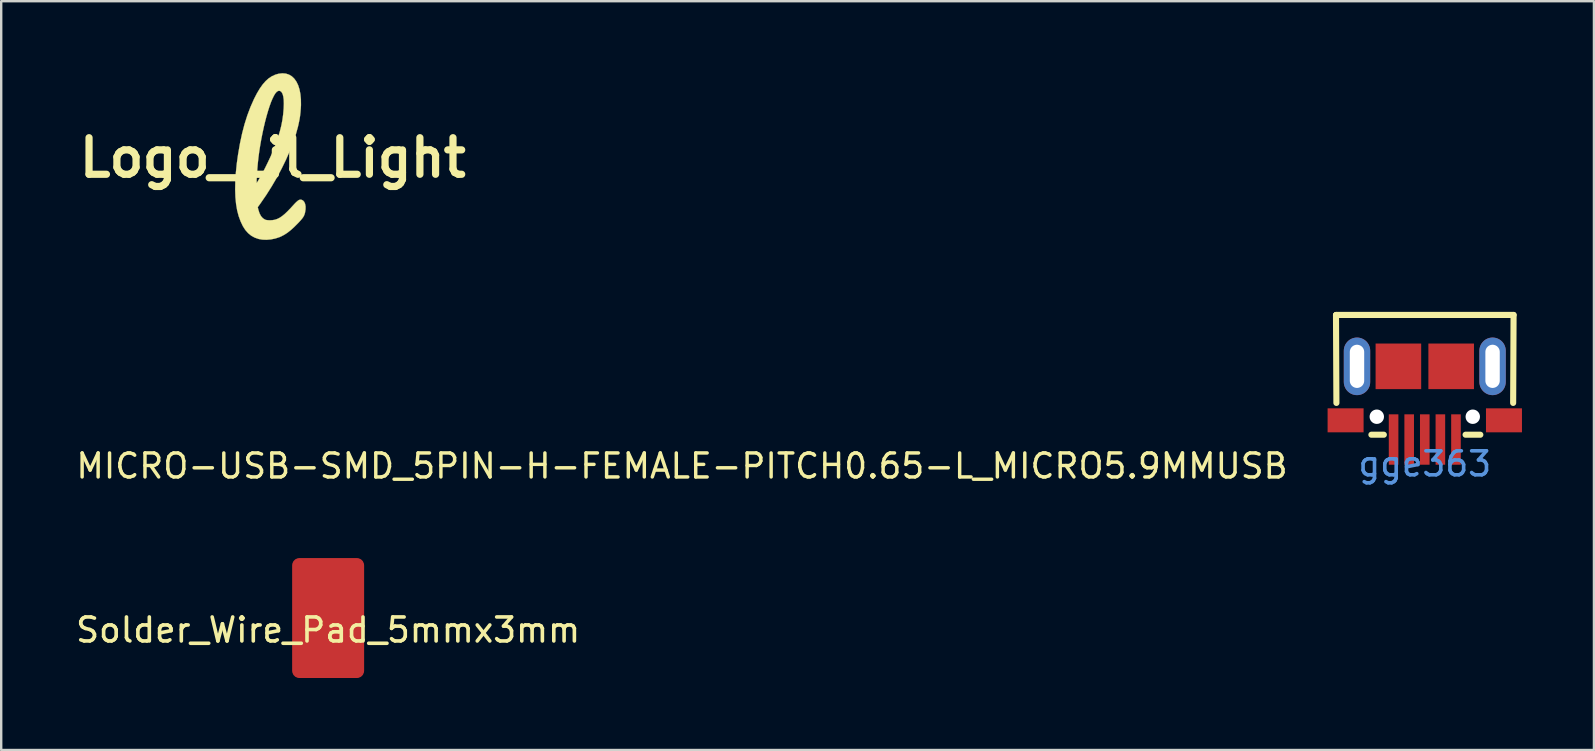
<source format=kicad_pcb>
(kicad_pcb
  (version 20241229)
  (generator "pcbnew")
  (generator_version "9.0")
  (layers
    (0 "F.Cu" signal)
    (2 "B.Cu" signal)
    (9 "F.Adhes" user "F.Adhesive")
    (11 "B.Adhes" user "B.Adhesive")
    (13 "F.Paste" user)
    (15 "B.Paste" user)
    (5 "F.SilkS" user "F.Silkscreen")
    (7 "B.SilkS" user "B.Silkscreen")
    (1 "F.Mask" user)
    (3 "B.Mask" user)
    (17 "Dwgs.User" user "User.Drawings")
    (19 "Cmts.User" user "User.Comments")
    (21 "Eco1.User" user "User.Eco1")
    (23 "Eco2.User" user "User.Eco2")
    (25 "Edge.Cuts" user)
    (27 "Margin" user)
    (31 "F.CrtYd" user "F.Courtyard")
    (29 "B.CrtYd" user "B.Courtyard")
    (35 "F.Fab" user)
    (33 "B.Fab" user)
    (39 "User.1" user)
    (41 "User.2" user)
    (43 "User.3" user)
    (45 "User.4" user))
  (footprint "MICRO-USB-SMD_5PIN-H-FEMALE-PITCH0.65-L_MICRO5.9MMUSB"
    (layer "F.Cu")
    (at 56.328 13.742)
    (property "Reference" "MICRO-USB-SMD_5PIN-H-FEMALE-PITCH0.65-L_MICRO5.9MMUSB" (at -5.623 2.629 180) (layer "F.SilkS") (effects (font (size 1 1) (thickness 0.143)) (justify right)))
    (attr smd)
    (fp_line (start -3.7 -3.659) (end -3.683 0) (stroke (width 0.254) (type solid)) (layer "F.SilkS"))
    (fp_line (start -3.692 -3.667) (end -3.7 -3.659) (stroke (width 0.254) (type solid)) (layer "F.SilkS"))
    (fp_line (start -1.707 1.325) (end -2.225 1.325) (stroke (width 0.254) (type solid)) (layer "F.SilkS"))
    (fp_line (start 2.315 1.325) (end 1.7 1.325) (stroke (width 0.254) (type solid)) (layer "F.SilkS"))
    (fp_line (start 3.683 0) (end 3.7 -3.667) (stroke (width 0.254) (type solid)) (layer "F.SilkS"))
    (fp_line (start 3.7 -3.667) (end -3.692 -3.667) (stroke (width 0.254) (type solid)) (layer "F.SilkS"))
    (fp_text user "gge363" (at 0 2.54 180) (layer "Cmts.User") (effects (font (size 1 1) (thickness 0.15))))
    (pad "" np_thru_hole circle (at -2 0.575 180) (size 0.6 0.6) (drill 0.6) (layers "*.Cu" "*.Mask"))
    (pad "" np_thru_hole circle (at 2 0.575 180) (size 0.6 0.6) (drill 0.6) (layers "*.Cu" "*.Mask"))
    (pad "1" smd rect (at 1.3 1.525) (size 0.4 2.1) (layers "F.Cu" "F.Mask" "F.Paste"))
    (pad "2" smd rect (at 0.65 1.525) (size 0.4 2.1) (layers "F.Cu" "F.Mask" "F.Paste"))
    (pad "3" smd rect (at 0 1.525) (size 0.4 2.1) (layers "F.Cu" "F.Mask" "F.Paste"))
    (pad "4" smd rect (at -0.65 1.525) (size 0.4 2.1) (layers "F.Cu" "F.Mask" "F.Paste"))
    (pad "5" smd rect (at -1.3 1.525) (size 0.4 2.1) (layers "F.Cu" "F.Mask" "F.Paste"))
    (pad "6" smd rect (at -3.3 0.725) (size 1.5 1) (layers "F.Cu" "F.Mask" "F.Paste"))
    (pad "6" thru_hole oval (at -2.825 -1.525) (size 1.1 2.4) (drill oval 0.6 1.8) (layers "*.Cu" "*.Paste" "*.Mask"))
    (pad "6" smd rect (at -1.1 -1.525) (size 1.9 1.9) (layers "F.Cu" "F.Mask" "F.Paste"))
    (pad "6" smd rect (at 1.1 -1.525) (size 1.9 1.9) (layers "F.Cu" "F.Mask" "F.Paste"))
    (pad "6" thru_hole oval (at 2.825 -1.525) (size 1.1 2.4) (drill oval 0.6 1.8) (layers "*.Cu" "*.Paste" "*.Mask"))
    (pad "6" smd rect (at 3.3 0.725) (size 1.5 1) (layers "F.Cu" "F.Mask" "F.Paste")))
  (footprint "Solder_Wire_Pad_5mmx3mm"
    (layer "F.Cu")
    (at 10.625 22.707)
    (property "Reference" "Solder_Wire_Pad_5mmx3mm" (at 0 0.5 0) (layer "F.SilkS") (effects (font (size 1 1) (thickness 0.15))))
    (attr exclude_from_pos_files exclude_from_bom)
    (pad "1" smd roundrect (at 0 0) (size 3 5) (layers "F.Cu" "F.Mask" "F.Paste") (roundrect_rratio 0.1)))
  (footprint "Logo_Lil_Light"
    (layer "F.Cu")
    (at 8.317 3.523)
    (property "Reference" "Logo_Lil_Light" (at 0 0 0) (layer "F.SilkS") (effects (font (size 1.524 1.524) (thickness 0.3))))
    (attr exclude_from_pos_files exclude_from_bom)
    (fp_poly (pts (xy 0.545 -3.506) (xy 0.676 -3.464) (xy 0.794 -3.394) (xy 0.897 -3.296) (xy 0.985 -3.172) (xy 1.058 -3.023) (xy 1.114 -2.849) (xy 1.152 -2.653) (xy 1.173 -2.434) (xy 1.176 -2.195) (xy 1.168 -2.047) (xy 1.154 -1.881) (xy 1.137 -1.732) (xy 1.114 -1.589) (xy 1.083 -1.437) (xy 1.05 -1.291) (xy 0.961 -0.967) (xy 0.846 -0.627) (xy 0.708 -0.274) (xy 0.549 0.088) (xy 0.37 0.454) (xy 0.174 0.822) (xy -0.039 1.186) (xy -0.265 1.545) (xy -0.504 1.892) (xy -0.526 1.924) (xy -0.625 2.061) (xy -0.599 2.169) (xy -0.551 2.317) (xy -0.489 2.434) (xy -0.412 2.521) (xy -0.32 2.58) (xy -0.311 2.584) (xy -0.265 2.596) (xy -0.199 2.604) (xy -0.124 2.608) (xy -0.122 2.608) (xy -0.013 2.602) (xy 0.09 2.584) (xy 0.189 2.551) (xy 0.288 2.502) (xy 0.39 2.433) (xy 0.499 2.344) (xy 0.618 2.231) (xy 0.751 2.093) (xy 0.82 2.017) (xy 0.908 1.921) (xy 0.979 1.849) (xy 1.036 1.799) (xy 1.084 1.766) (xy 1.125 1.75) (xy 1.165 1.747) (xy 1.199 1.752) (xy 1.264 1.785) (xy 1.315 1.845) (xy 1.35 1.928) (xy 1.368 2.029) (xy 1.367 2.146) (xy 1.348 2.273) (xy 1.345 2.286) (xy 1.327 2.353) (xy 1.303 2.413) (xy 1.271 2.472) (xy 1.226 2.535) (xy 1.165 2.607) (xy 1.085 2.695) (xy 1.038 2.743) (xy 0.884 2.897) (xy 0.742 3.024) (xy 0.608 3.129) (xy 0.477 3.213) (xy 0.345 3.282) (xy 0.28 3.31) (xy 0.105 3.367) (xy -0.079 3.404) (xy -0.263 3.42) (xy -0.439 3.413) (xy -0.589 3.386) (xy -0.751 3.33) (xy -0.896 3.25) (xy -1.026 3.144) (xy -1.143 3.012) (xy -1.246 2.851) (xy -1.337 2.66) (xy -1.419 2.438) (xy -1.421 2.432) (xy -1.483 2.197) (xy -1.528 1.933) (xy -1.556 1.643) (xy -1.567 1.326) (xy -1.561 0.988) (xy -0.673 0.988) (xy -0.672 1.023) (xy -0.669 1.04) (xy -0.664 1.042) (xy -0.663 1.041) (xy -0.649 1.021) (xy -0.622 0.977) (xy -0.585 0.916) (xy -0.542 0.842) (xy -0.525 0.813) (xy -0.456 0.689) (xy -0.379 0.544) (xy -0.298 0.385) (xy -0.217 0.219) (xy -0.139 0.056) (xy -0.068 -0.098) (xy -0.008 -0.235) (xy 0.017 -0.296) (xy 0.129 -0.584) (xy 0.221 -0.85) (xy 0.297 -1.1) (xy 0.357 -1.34) (xy 0.402 -1.574) (xy 0.434 -1.809) (xy 0.455 -2.05) (xy 0.455 -2.052) (xy 0.462 -2.249) (xy 0.457 -2.417) (xy 0.439 -2.553) (xy 0.409 -2.659) (xy 0.367 -2.733) (xy 0.356 -2.746) (xy 0.302 -2.784) (xy 0.247 -2.79) (xy 0.189 -2.763) (xy 0.163 -2.743) (xy 0.106 -2.678) (xy 0.048 -2.582) (xy -0.013 -2.458) (xy -0.075 -2.309) (xy -0.137 -2.136) (xy -0.198 -1.944) (xy -0.259 -1.735) (xy -0.318 -1.51) (xy -0.374 -1.274) (xy -0.427 -1.029) (xy -0.477 -0.778) (xy -0.522 -0.523) (xy -0.562 -0.267) (xy -0.596 -0.013) (xy -0.623 0.236) (xy -0.642 0.457) (xy -0.653 0.62) (xy -0.662 0.752) (xy -0.668 0.856) (xy -0.672 0.933) (xy -0.673 0.988) (xy -1.561 0.988) (xy -1.561 0.984) (xy -1.537 0.619) (xy -1.497 0.23) (xy -1.446 -0.135) (xy -1.368 -0.586) (xy -1.278 -1.007) (xy -1.175 -1.401) (xy -1.058 -1.771) (xy -0.926 -2.12) (xy -0.78 -2.449) (xy -0.66 -2.682) (xy -0.541 -2.882) (xy -0.421 -3.052) (xy -0.298 -3.193) (xy -0.171 -3.307) (xy -0.037 -3.395) (xy 0.104 -3.46) (xy 0.244 -3.5) (xy 0.401 -3.518) (xy 0.545 -3.506)) (stroke (width 0.01) (type solid)) (fill yes) (layer "F.SilkS")))
  (gr_rect
    (start -3 -3)
    (end 63.378 28.207)
    (stroke (width 0.1) (type default))
    (fill no)
    (layer "Edge.Cuts")))
</source>
